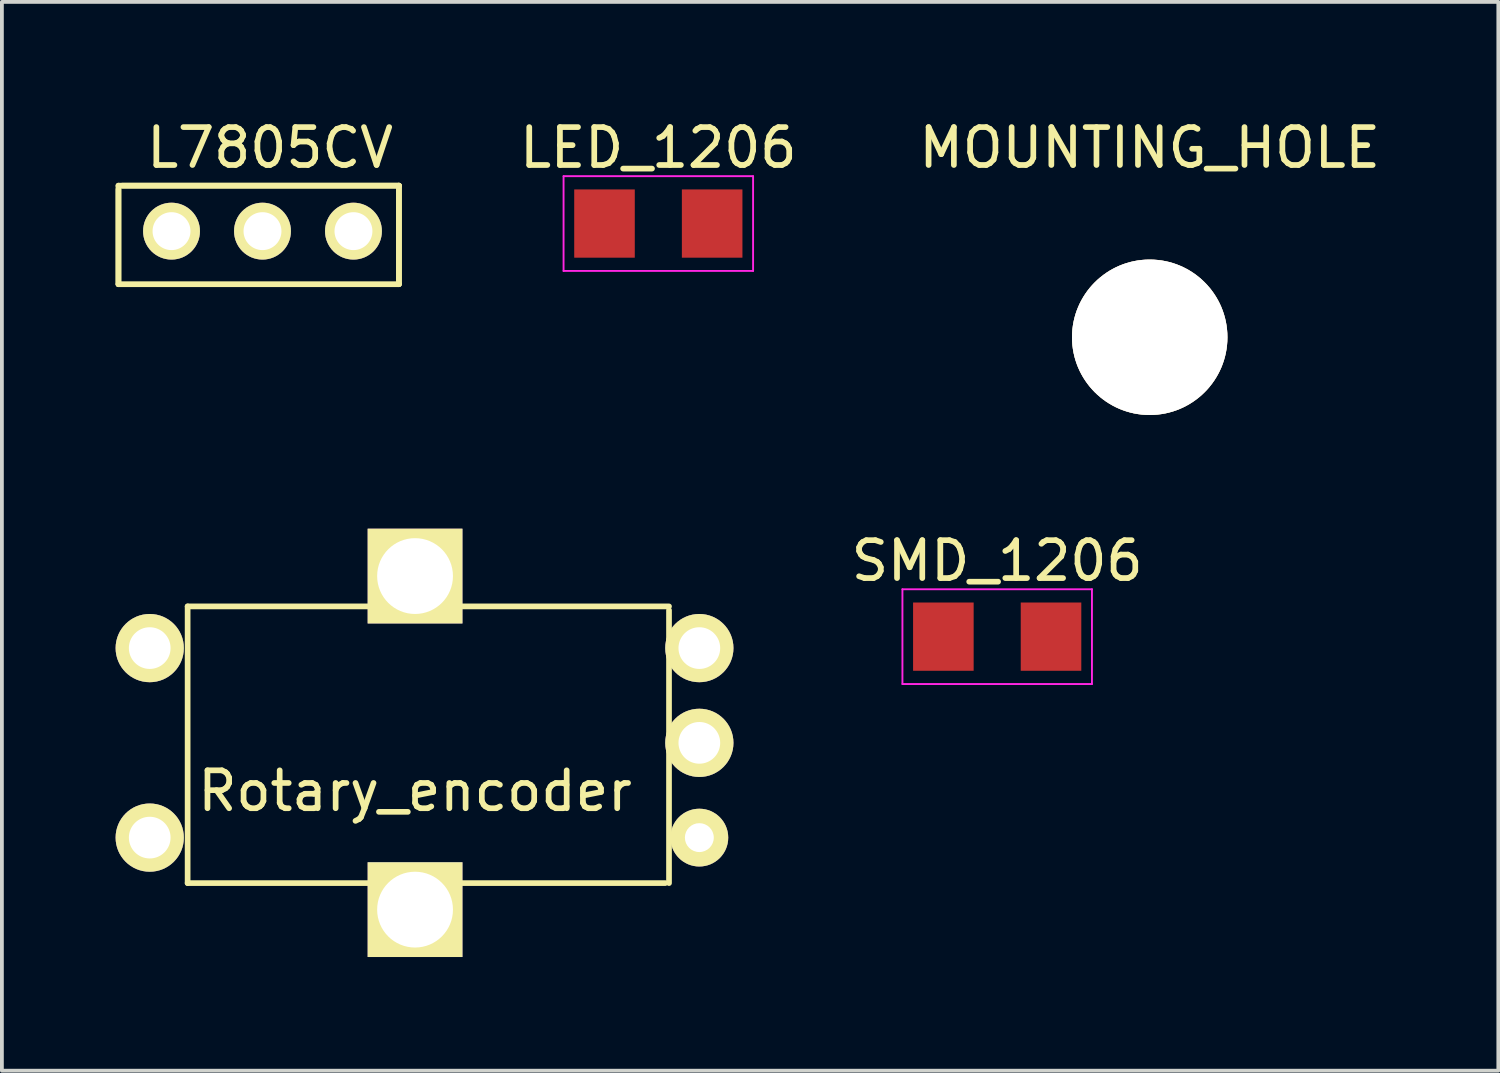
<source format=kicad_pcb>
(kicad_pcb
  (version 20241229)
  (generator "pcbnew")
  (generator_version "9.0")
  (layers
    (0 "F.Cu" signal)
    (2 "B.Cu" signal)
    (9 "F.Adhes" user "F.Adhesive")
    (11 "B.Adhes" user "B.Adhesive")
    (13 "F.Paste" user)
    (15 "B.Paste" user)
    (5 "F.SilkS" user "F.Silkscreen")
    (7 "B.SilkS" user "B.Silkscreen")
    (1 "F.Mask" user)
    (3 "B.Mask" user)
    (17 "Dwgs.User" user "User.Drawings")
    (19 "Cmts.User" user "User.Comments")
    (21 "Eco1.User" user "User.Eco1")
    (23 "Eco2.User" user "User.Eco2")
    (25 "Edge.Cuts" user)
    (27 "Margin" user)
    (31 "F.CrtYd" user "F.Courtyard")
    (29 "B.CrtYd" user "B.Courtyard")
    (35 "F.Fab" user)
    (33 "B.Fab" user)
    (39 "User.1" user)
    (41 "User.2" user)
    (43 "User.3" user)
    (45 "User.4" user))
  (footprint "MOUNTING_HOLE"
    (layer "F.Cu")
    (at 27.282 5.848)
    (property "Reference" "MOUNTING_HOLE" (at 0 -5 0) (layer "F.SilkS") (effects (font (size 1 1) (thickness 0.15))))
    (attr through_hole)
    (pad "1" thru_hole circle (at 0 0) (size 4.1 4.1) (drill 4.1) (layers "*.Cu" "*.Mask" "F.SilkS")))
  (footprint "L7805CV"
    (layer "F.Cu")
    (at 3.875 3.048)
    (property "Reference" "L7805CV" (at 0.2 -2.2 0) (layer "F.SilkS") (effects (font (size 1 1) (thickness 0.15))))
    (attr through_hole)
    (fp_line (start -3.8 -1.2) (end -3.8 1.4) (stroke (width 0.15) (type solid)) (layer "F.SilkS"))
    (fp_line (start -3.8 -1.2) (end 3.6 -1.2) (stroke (width 0.15) (type solid)) (layer "F.SilkS"))
    (fp_line (start -3.8 1.4) (end -3.8 -1.1) (stroke (width 0.15) (type solid)) (layer "F.SilkS"))
    (fp_line (start 3.6 -1.2) (end -3.7 -1.2) (stroke (width 0.15) (type solid)) (layer "F.SilkS"))
    (fp_line (start 3.6 -1.2) (end 3.6 1.4) (stroke (width 0.15) (type solid)) (layer "F.SilkS"))
    (fp_line (start 3.6 1.4) (end -3.8 1.4) (stroke (width 0.15) (type solid)) (layer "F.SilkS"))
    (fp_line (start 3.6 1.4) (end 3.6 -1.2) (stroke (width 0.15) (type solid)) (layer "F.SilkS"))
    (pad "1" thru_hole circle (at -2.4 0) (size 1.5 1.5) (drill 1) (layers "*.Cu" "*.Mask" "F.SilkS"))
    (pad "2" thru_hole circle (at 0 0) (size 1.5 1.5) (drill 1) (layers "*.Cu" "*.Mask" "F.SilkS"))
    (pad "3" thru_hole circle (at 2.4 0) (size 1.5 1.5) (drill 1) (layers "*.Cu" "*.Mask" "F.SilkS")))
  (footprint "Rotary_encoder"
    (layer "F.Cu")
    (at 7.9 16.548)
    (property "Reference" "Rotary_encoder" (at 0 1.27 0) (layer "F.SilkS") (effects (font (size 1 1) (thickness 0.15))))
    (attr through_hole)
    (fp_line (start -6 -3.6) (end -6 3.7) (stroke (width 0.15) (type solid)) (layer "F.SilkS"))
    (fp_line (start -6 -3.6) (end 6.7 -3.6) (stroke (width 0.15) (type solid)) (layer "F.SilkS"))
    (fp_line (start -6 3.7) (end 6.6 3.7) (stroke (width 0.15) (type solid)) (layer "F.SilkS"))
    (fp_line (start 6.7 3.7) (end 6.7 -3.5) (stroke (width 0.15) (type solid)) (layer "F.SilkS"))
    (pad "1" thru_hole circle (at -7 -2.5) (size 1.8 1.8) (drill 1.1) (layers "*.Cu" "*.Mask" "F.SilkS"))
    (pad "2" thru_hole circle (at -7 2.5) (size 1.8 1.8) (drill 1.1) (layers "*.Cu" "*.Mask" "F.SilkS"))
    (pad "3" thru_hole circle (at 7.5 0) (size 1.8 1.8) (drill 1.1) (layers "*.Cu" "*.Mask" "F.SilkS"))
    (pad "4" thru_hole circle (at 7.5 -2.5) (size 1.8 1.8) (drill 1.1) (layers "*.Cu" "*.Mask" "F.SilkS"))
    (pad "5" thru_hole circle (at 7.5 2.5) (size 1.524 1.524) (drill 0.762) (layers "*.Cu" "*.Mask" "F.SilkS"))
    (pad "7" thru_hole rect (at 0 -4.4) (size 2.5 2.5) (drill 2) (layers "*.Cu" "*.Mask" "F.SilkS"))
    (pad "8" thru_hole rect (at 0 4.4) (size 2.5 2.5) (drill 2) (layers "*.Cu" "*.Mask" "F.SilkS")))
  (footprint "SMD_1206"
    (layer "F.Cu")
    (at 23.258 13.746)
    (property "Reference" "SMD_1206" (at 0 -2 0) (layer "F.SilkS") (effects (font (size 1 1) (thickness 0.15))))
    (attr smd)
    (fp_line (start -2.5 -1.25) (end -2.5 1.25) (stroke (width 0.05) (type solid)) (layer "F.CrtYd"))
    (fp_line (start -2.5 1.25) (end 2.5 1.25) (stroke (width 0.05) (type solid)) (layer "F.CrtYd"))
    (fp_line (start 2.5 -1.25) (end -2.5 -1.25) (stroke (width 0.05) (type solid)) (layer "F.CrtYd"))
    (fp_line (start 2.5 1.25) (end 2.5 -1.25) (stroke (width 0.05) (type solid)) (layer "F.CrtYd"))
    (pad "1" smd rect (at -1.42 0 180) (size 1.598 1.801) (layers "F.Cu" "F.Mask" "F.Paste"))
    (pad "2" smd rect (at 1.42 0 180) (size 1.598 1.801) (layers "F.Cu" "F.Mask" "F.Paste")))
  (footprint "LED_1206"
    (layer "F.Cu")
    (at 14.318 2.848)
    (property "Reference" "LED_1206" (at 0 -2 0) (layer "F.SilkS") (effects (font (size 1 1) (thickness 0.15))))
    (attr smd)
    (fp_line (start -2.5 -1.25) (end -2.5 1.25) (stroke (width 0.05) (type solid)) (layer "F.CrtYd"))
    (fp_line (start -2.5 1.25) (end 2.5 1.25) (stroke (width 0.05) (type solid)) (layer "F.CrtYd"))
    (fp_line (start 2.5 -1.25) (end -2.5 -1.25) (stroke (width 0.05) (type solid)) (layer "F.CrtYd"))
    (fp_line (start 2.5 1.25) (end 2.5 -1.25) (stroke (width 0.05) (type solid)) (layer "F.CrtYd"))
    (pad "1" smd rect (at -1.42 0 180) (size 1.598 1.801) (layers "F.Cu" "F.Mask" "F.Paste"))
    (pad "2" smd rect (at 1.42 0 180) (size 1.598 1.801) (layers "F.Cu" "F.Mask" "F.Paste")))
  (gr_rect
    (start -3 -3)
    (end 36.479 25.198)
    (stroke (width 0.1) (type default))
    (fill no)
    (layer "Edge.Cuts")))
</source>
